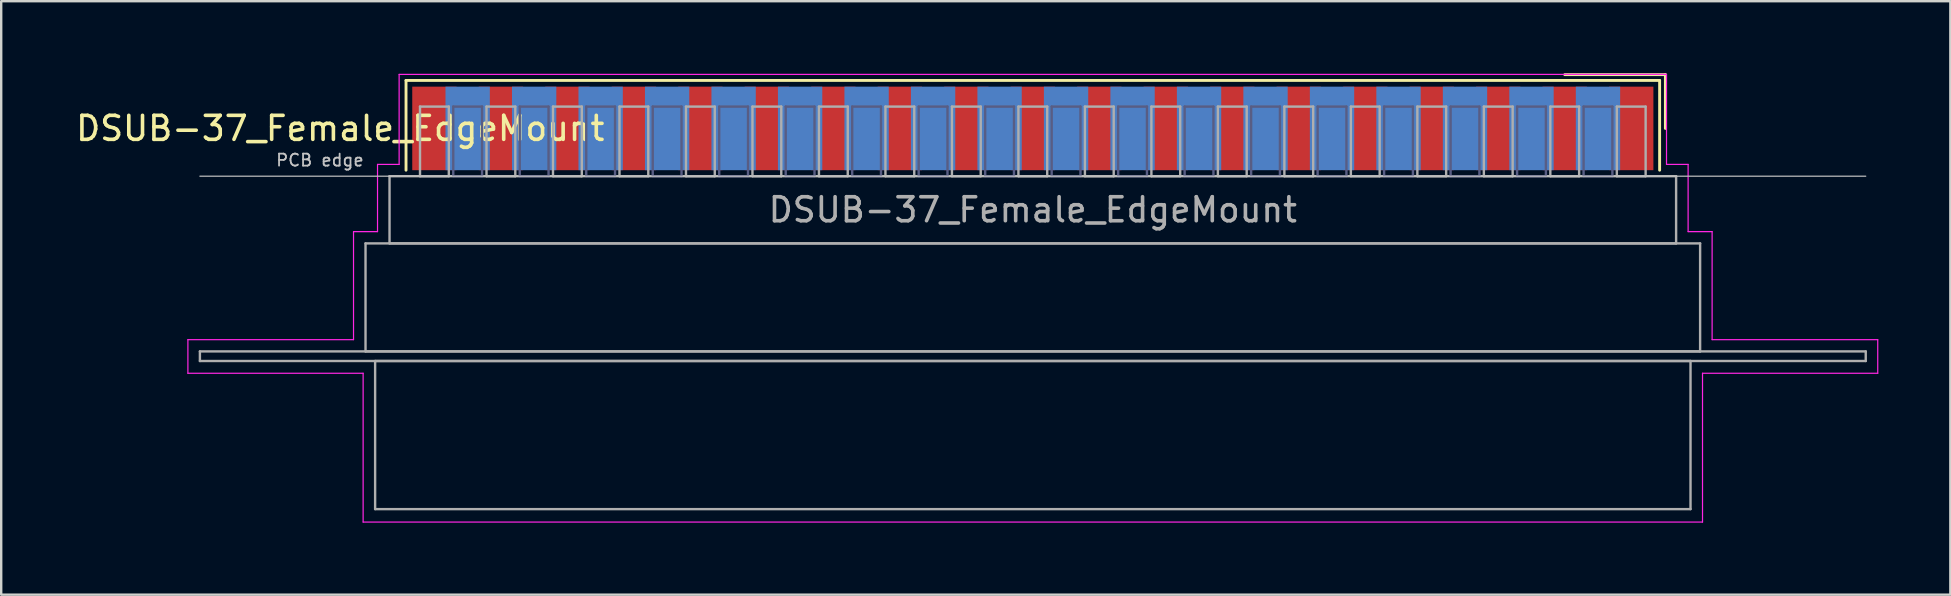
<source format=kicad_pcb>
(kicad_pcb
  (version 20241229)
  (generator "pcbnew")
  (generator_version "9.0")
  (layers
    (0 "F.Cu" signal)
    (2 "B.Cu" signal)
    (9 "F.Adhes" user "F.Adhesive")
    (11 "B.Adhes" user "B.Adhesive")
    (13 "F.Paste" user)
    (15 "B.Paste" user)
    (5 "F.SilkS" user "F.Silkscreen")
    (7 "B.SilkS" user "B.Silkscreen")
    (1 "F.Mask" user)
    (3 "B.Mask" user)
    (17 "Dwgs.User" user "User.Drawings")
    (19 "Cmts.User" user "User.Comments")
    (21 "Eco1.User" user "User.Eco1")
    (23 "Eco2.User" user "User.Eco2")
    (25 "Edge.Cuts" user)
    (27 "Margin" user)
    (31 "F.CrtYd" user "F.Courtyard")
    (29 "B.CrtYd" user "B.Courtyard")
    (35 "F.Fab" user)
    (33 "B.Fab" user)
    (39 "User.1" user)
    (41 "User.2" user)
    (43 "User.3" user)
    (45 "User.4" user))
  (footprint "DSUB-37_Female_EdgeMount"
    (layer "F.Cu")
    (at 39.978 2.3)
    (property "Reference" "DSUB-37_Female_EdgeMount" (at -28.853 0 0) (layer "F.SilkS") (effects (font (size 1 1) (thickness 0.15))))
    (attr smd)
    (fp_line (start -26.113 -2) (end -26.113 1.74) (stroke (width 0.12) (type solid)) (layer "F.SilkS"))
    (fp_line (start 26.113 -2) (end -26.113 -2) (stroke (width 0.12) (type solid)) (layer "F.SilkS"))
    (fp_line (start 26.113 1.74) (end 26.113 -2) (stroke (width 0.12) (type solid)) (layer "F.SilkS"))
    (fp_line (start 26.353 -2.24) (end 22.16 -2.24) (stroke (width 0.12) (type solid)) (layer "F.SilkS"))
    (fp_line (start 26.353 0) (end 26.353 -2.24) (stroke (width 0.12) (type solid)) (layer "F.SilkS"))
    (fp_line (start -34.7 1.99) (end 34.7 1.99) (stroke (width 0.05) (type solid)) (layer "Dwgs.User"))
    (fp_line (start -35.2 8.8) (end -28.3 8.8) (stroke (width 0.05) (type solid)) (layer "F.CrtYd"))
    (fp_line (start -35.2 10.2) (end -35.2 8.8) (stroke (width 0.05) (type solid)) (layer "F.CrtYd"))
    (fp_line (start -28.3 4.3) (end -27.3 4.3) (stroke (width 0.05) (type solid)) (layer "F.CrtYd"))
    (fp_line (start -28.3 8.8) (end -28.3 4.3) (stroke (width 0.05) (type solid)) (layer "F.CrtYd"))
    (fp_line (start -27.9 10.2) (end -35.2 10.2) (stroke (width 0.05) (type solid)) (layer "F.CrtYd"))
    (fp_line (start -27.9 16.4) (end -27.9 10.2) (stroke (width 0.05) (type solid)) (layer "F.CrtYd"))
    (fp_line (start -27.3 1.5) (end -26.4 1.5) (stroke (width 0.05) (type solid)) (layer "F.CrtYd"))
    (fp_line (start -27.3 4.3) (end -27.3 1.5) (stroke (width 0.05) (type solid)) (layer "F.CrtYd"))
    (fp_line (start -26.4 -2.25) (end 26.4 -2.25) (stroke (width 0.05) (type solid)) (layer "F.CrtYd"))
    (fp_line (start -26.4 1.5) (end -26.4 -2.25) (stroke (width 0.05) (type solid)) (layer "F.CrtYd"))
    (fp_line (start 26.4 -2.25) (end 26.4 1.5) (stroke (width 0.05) (type solid)) (layer "F.CrtYd"))
    (fp_line (start 26.4 1.5) (end 27.3 1.5) (stroke (width 0.05) (type solid)) (layer "F.CrtYd"))
    (fp_line (start 27.3 1.5) (end 27.3 4.3) (stroke (width 0.05) (type solid)) (layer "F.CrtYd"))
    (fp_line (start 27.3 4.3) (end 28.3 4.3) (stroke (width 0.05) (type solid)) (layer "F.CrtYd"))
    (fp_line (start 27.9 10.2) (end 27.9 16.4) (stroke (width 0.05) (type solid)) (layer "F.CrtYd"))
    (fp_line (start 27.9 16.4) (end -27.9 16.4) (stroke (width 0.05) (type solid)) (layer "F.CrtYd"))
    (fp_line (start 28.3 4.3) (end 28.3 8.8) (stroke (width 0.05) (type solid)) (layer "F.CrtYd"))
    (fp_line (start 28.3 8.8) (end 35.2 8.8) (stroke (width 0.05) (type solid)) (layer "F.CrtYd"))
    (fp_line (start 35.2 8.8) (end 35.2 10.2) (stroke (width 0.05) (type solid)) (layer "F.CrtYd"))
    (fp_line (start 35.2 10.2) (end 27.9 10.2) (stroke (width 0.05) (type solid)) (layer "F.CrtYd"))
    (fp_line (start -24.145 -0.91) (end -24.145 1.99) (stroke (width 0.1) (type solid)) (layer "B.Fab"))
    (fp_line (start -24.145 1.99) (end -22.945 1.99) (stroke (width 0.1) (type solid)) (layer "B.Fab"))
    (fp_line (start -22.945 -0.91) (end -24.145 -0.91) (stroke (width 0.1) (type solid)) (layer "B.Fab"))
    (fp_line (start -22.945 1.99) (end -22.945 -0.91) (stroke (width 0.1) (type solid)) (layer "B.Fab"))
    (fp_line (start -21.375 -0.91) (end -21.375 1.99) (stroke (width 0.1) (type solid)) (layer "B.Fab"))
    (fp_line (start -21.375 1.99) (end -20.175 1.99) (stroke (width 0.1) (type solid)) (layer "B.Fab"))
    (fp_line (start -20.175 -0.91) (end -21.375 -0.91) (stroke (width 0.1) (type solid)) (layer "B.Fab"))
    (fp_line (start -20.175 1.99) (end -20.175 -0.91) (stroke (width 0.1) (type solid)) (layer "B.Fab"))
    (fp_line (start -18.605 -0.91) (end -18.605 1.99) (stroke (width 0.1) (type solid)) (layer "B.Fab"))
    (fp_line (start -18.605 1.99) (end -17.405 1.99) (stroke (width 0.1) (type solid)) (layer "B.Fab"))
    (fp_line (start -17.405 -0.91) (end -18.605 -0.91) (stroke (width 0.1) (type solid)) (layer "B.Fab"))
    (fp_line (start -17.405 1.99) (end -17.405 -0.91) (stroke (width 0.1) (type solid)) (layer "B.Fab"))
    (fp_line (start -15.835 -0.91) (end -15.835 1.99) (stroke (width 0.1) (type solid)) (layer "B.Fab"))
    (fp_line (start -15.835 1.99) (end -14.635 1.99) (stroke (width 0.1) (type solid)) (layer "B.Fab"))
    (fp_line (start -14.635 -0.91) (end -15.835 -0.91) (stroke (width 0.1) (type solid)) (layer "B.Fab"))
    (fp_line (start -14.635 1.99) (end -14.635 -0.91) (stroke (width 0.1) (type solid)) (layer "B.Fab"))
    (fp_line (start -13.065 -0.91) (end -13.065 1.99) (stroke (width 0.1) (type solid)) (layer "B.Fab"))
    (fp_line (start -13.065 1.99) (end -11.865 1.99) (stroke (width 0.1) (type solid)) (layer "B.Fab"))
    (fp_line (start -11.865 -0.91) (end -13.065 -0.91) (stroke (width 0.1) (type solid)) (layer "B.Fab"))
    (fp_line (start -11.865 1.99) (end -11.865 -0.91) (stroke (width 0.1) (type solid)) (layer "B.Fab"))
    (fp_line (start -10.295 -0.91) (end -10.295 1.99) (stroke (width 0.1) (type solid)) (layer "B.Fab"))
    (fp_line (start -10.295 1.99) (end -9.095 1.99) (stroke (width 0.1) (type solid)) (layer "B.Fab"))
    (fp_line (start -9.095 -0.91) (end -10.295 -0.91) (stroke (width 0.1) (type solid)) (layer "B.Fab"))
    (fp_line (start -9.095 1.99) (end -9.095 -0.91) (stroke (width 0.1) (type solid)) (layer "B.Fab"))
    (fp_line (start -7.525 -0.91) (end -7.525 1.99) (stroke (width 0.1) (type solid)) (layer "B.Fab"))
    (fp_line (start -7.525 1.99) (end -6.325 1.99) (stroke (width 0.1) (type solid)) (layer "B.Fab"))
    (fp_line (start -6.325 -0.91) (end -7.525 -0.91) (stroke (width 0.1) (type solid)) (layer "B.Fab"))
    (fp_line (start -6.325 1.99) (end -6.325 -0.91) (stroke (width 0.1) (type solid)) (layer "B.Fab"))
    (fp_line (start -4.755 -0.91) (end -4.755 1.99) (stroke (width 0.1) (type solid)) (layer "B.Fab"))
    (fp_line (start -4.755 1.99) (end -3.555 1.99) (stroke (width 0.1) (type solid)) (layer "B.Fab"))
    (fp_line (start -3.555 -0.91) (end -4.755 -0.91) (stroke (width 0.1) (type solid)) (layer "B.Fab"))
    (fp_line (start -3.555 1.99) (end -3.555 -0.91) (stroke (width 0.1) (type solid)) (layer "B.Fab"))
    (fp_line (start -1.985 -0.91) (end -1.985 1.99) (stroke (width 0.1) (type solid)) (layer "B.Fab"))
    (fp_line (start -1.985 1.99) (end -0.785 1.99) (stroke (width 0.1) (type solid)) (layer "B.Fab"))
    (fp_line (start -0.785 -0.91) (end -1.985 -0.91) (stroke (width 0.1) (type solid)) (layer "B.Fab"))
    (fp_line (start -0.785 1.99) (end -0.785 -0.91) (stroke (width 0.1) (type solid)) (layer "B.Fab"))
    (fp_line (start 0.785 -0.91) (end 0.785 1.99) (stroke (width 0.1) (type solid)) (layer "B.Fab"))
    (fp_line (start 0.785 1.99) (end 1.985 1.99) (stroke (width 0.1) (type solid)) (layer "B.Fab"))
    (fp_line (start 1.985 -0.91) (end 0.785 -0.91) (stroke (width 0.1) (type solid)) (layer "B.Fab"))
    (fp_line (start 1.985 1.99) (end 1.985 -0.91) (stroke (width 0.1) (type solid)) (layer "B.Fab"))
    (fp_line (start 3.555 -0.91) (end 3.555 1.99) (stroke (width 0.1) (type solid)) (layer "B.Fab"))
    (fp_line (start 3.555 1.99) (end 4.755 1.99) (stroke (width 0.1) (type solid)) (layer "B.Fab"))
    (fp_line (start 4.755 -0.91) (end 3.555 -0.91) (stroke (width 0.1) (type solid)) (layer "B.Fab"))
    (fp_line (start 4.755 1.99) (end 4.755 -0.91) (stroke (width 0.1) (type solid)) (layer "B.Fab"))
    (fp_line (start 6.325 -0.91) (end 6.325 1.99) (stroke (width 0.1) (type solid)) (layer "B.Fab"))
    (fp_line (start 6.325 1.99) (end 7.525 1.99) (stroke (width 0.1) (type solid)) (layer "B.Fab"))
    (fp_line (start 7.525 -0.91) (end 6.325 -0.91) (stroke (width 0.1) (type solid)) (layer "B.Fab"))
    (fp_line (start 7.525 1.99) (end 7.525 -0.91) (stroke (width 0.1) (type solid)) (layer "B.Fab"))
    (fp_line (start 9.095 -0.91) (end 9.095 1.99) (stroke (width 0.1) (type solid)) (layer "B.Fab"))
    (fp_line (start 9.095 1.99) (end 10.295 1.99) (stroke (width 0.1) (type solid)) (layer "B.Fab"))
    (fp_line (start 10.295 -0.91) (end 9.095 -0.91) (stroke (width 0.1) (type solid)) (layer "B.Fab"))
    (fp_line (start 10.295 1.99) (end 10.295 -0.91) (stroke (width 0.1) (type solid)) (layer "B.Fab"))
    (fp_line (start 11.865 -0.91) (end 11.865 1.99) (stroke (width 0.1) (type solid)) (layer "B.Fab"))
    (fp_line (start 11.865 1.99) (end 13.065 1.99) (stroke (width 0.1) (type solid)) (layer "B.Fab"))
    (fp_line (start 13.065 -0.91) (end 11.865 -0.91) (stroke (width 0.1) (type solid)) (layer "B.Fab"))
    (fp_line (start 13.065 1.99) (end 13.065 -0.91) (stroke (width 0.1) (type solid)) (layer "B.Fab"))
    (fp_line (start 14.635 -0.91) (end 14.635 1.99) (stroke (width 0.1) (type solid)) (layer "B.Fab"))
    (fp_line (start 14.635 1.99) (end 15.835 1.99) (stroke (width 0.1) (type solid)) (layer "B.Fab"))
    (fp_line (start 15.835 -0.91) (end 14.635 -0.91) (stroke (width 0.1) (type solid)) (layer "B.Fab"))
    (fp_line (start 15.835 1.99) (end 15.835 -0.91) (stroke (width 0.1) (type solid)) (layer "B.Fab"))
    (fp_line (start 17.405 -0.91) (end 17.405 1.99) (stroke (width 0.1) (type solid)) (layer "B.Fab"))
    (fp_line (start 17.405 1.99) (end 18.605 1.99) (stroke (width 0.1) (type solid)) (layer "B.Fab"))
    (fp_line (start 18.605 -0.91) (end 17.405 -0.91) (stroke (width 0.1) (type solid)) (layer "B.Fab"))
    (fp_line (start 18.605 1.99) (end 18.605 -0.91) (stroke (width 0.1) (type solid)) (layer "B.Fab"))
    (fp_line (start 20.175 -0.91) (end 20.175 1.99) (stroke (width 0.1) (type solid)) (layer "B.Fab"))
    (fp_line (start 20.175 1.99) (end 21.375 1.99) (stroke (width 0.1) (type solid)) (layer "B.Fab"))
    (fp_line (start 21.375 -0.91) (end 20.175 -0.91) (stroke (width 0.1) (type solid)) (layer "B.Fab"))
    (fp_line (start 21.375 1.99) (end 21.375 -0.91) (stroke (width 0.1) (type solid)) (layer "B.Fab"))
    (fp_line (start 22.945 -0.91) (end 22.945 1.99) (stroke (width 0.1) (type solid)) (layer "B.Fab"))
    (fp_line (start 22.945 1.99) (end 24.145 1.99) (stroke (width 0.1) (type solid)) (layer "B.Fab"))
    (fp_line (start 24.145 -0.91) (end 22.945 -0.91) (stroke (width 0.1) (type solid)) (layer "B.Fab"))
    (fp_line (start 24.145 1.99) (end 24.145 -0.91) (stroke (width 0.1) (type solid)) (layer "B.Fab"))
    (fp_line (start -34.7 9.29) (end -34.7 9.69) (stroke (width 0.1) (type solid)) (layer "F.Fab"))
    (fp_line (start -34.7 9.69) (end 34.7 9.69) (stroke (width 0.1) (type solid)) (layer "F.Fab"))
    (fp_line (start -27.8 4.79) (end -27.8 9.29) (stroke (width 0.1) (type solid)) (layer "F.Fab"))
    (fp_line (start -27.8 9.29) (end 27.8 9.29) (stroke (width 0.1) (type solid)) (layer "F.Fab"))
    (fp_line (start -27.4 9.69) (end -27.4 15.86) (stroke (width 0.1) (type solid)) (layer "F.Fab"))
    (fp_line (start -27.4 15.86) (end 27.4 15.86) (stroke (width 0.1) (type solid)) (layer "F.Fab"))
    (fp_line (start -26.8 1.99) (end -26.8 4.79) (stroke (width 0.1) (type solid)) (layer "F.Fab"))
    (fp_line (start -26.8 4.79) (end 26.8 4.79) (stroke (width 0.1) (type solid)) (layer "F.Fab"))
    (fp_line (start -25.53 -0.91) (end -25.53 1.99) (stroke (width 0.1) (type solid)) (layer "F.Fab"))
    (fp_line (start -25.53 1.99) (end -24.33 1.99) (stroke (width 0.1) (type solid)) (layer "F.Fab"))
    (fp_line (start -24.33 -0.91) (end -25.53 -0.91) (stroke (width 0.1) (type solid)) (layer "F.Fab"))
    (fp_line (start -24.33 1.99) (end -24.33 -0.91) (stroke (width 0.1) (type solid)) (layer "F.Fab"))
    (fp_line (start -22.76 -0.91) (end -22.76 1.99) (stroke (width 0.1) (type solid)) (layer "F.Fab"))
    (fp_line (start -22.76 1.99) (end -21.56 1.99) (stroke (width 0.1) (type solid)) (layer "F.Fab"))
    (fp_line (start -21.56 -0.91) (end -22.76 -0.91) (stroke (width 0.1) (type solid)) (layer "F.Fab"))
    (fp_line (start -21.56 1.99) (end -21.56 -0.91) (stroke (width 0.1) (type solid)) (layer "F.Fab"))
    (fp_line (start -19.99 -0.91) (end -19.99 1.99) (stroke (width 0.1) (type solid)) (layer "F.Fab"))
    (fp_line (start -19.99 1.99) (end -18.79 1.99) (stroke (width 0.1) (type solid)) (layer "F.Fab"))
    (fp_line (start -18.79 -0.91) (end -19.99 -0.91) (stroke (width 0.1) (type solid)) (layer "F.Fab"))
    (fp_line (start -18.79 1.99) (end -18.79 -0.91) (stroke (width 0.1) (type solid)) (layer "F.Fab"))
    (fp_line (start -17.22 -0.91) (end -17.22 1.99) (stroke (width 0.1) (type solid)) (layer "F.Fab"))
    (fp_line (start -17.22 1.99) (end -16.02 1.99) (stroke (width 0.1) (type solid)) (layer "F.Fab"))
    (fp_line (start -16.02 -0.91) (end -17.22 -0.91) (stroke (width 0.1) (type solid)) (layer "F.Fab"))
    (fp_line (start -16.02 1.99) (end -16.02 -0.91) (stroke (width 0.1) (type solid)) (layer "F.Fab"))
    (fp_line (start -14.45 -0.91) (end -14.45 1.99) (stroke (width 0.1) (type solid)) (layer "F.Fab"))
    (fp_line (start -14.45 1.99) (end -13.25 1.99) (stroke (width 0.1) (type solid)) (layer "F.Fab"))
    (fp_line (start -13.25 -0.91) (end -14.45 -0.91) (stroke (width 0.1) (type solid)) (layer "F.Fab"))
    (fp_line (start -13.25 1.99) (end -13.25 -0.91) (stroke (width 0.1) (type solid)) (layer "F.Fab"))
    (fp_line (start -11.68 -0.91) (end -11.68 1.99) (stroke (width 0.1) (type solid)) (layer "F.Fab"))
    (fp_line (start -11.68 1.99) (end -10.48 1.99) (stroke (width 0.1) (type solid)) (layer "F.Fab"))
    (fp_line (start -10.48 -0.91) (end -11.68 -0.91) (stroke (width 0.1) (type solid)) (layer "F.Fab"))
    (fp_line (start -10.48 1.99) (end -10.48 -0.91) (stroke (width 0.1) (type solid)) (layer "F.Fab"))
    (fp_line (start -8.91 -0.91) (end -8.91 1.99) (stroke (width 0.1) (type solid)) (layer "F.Fab"))
    (fp_line (start -8.91 1.99) (end -7.71 1.99) (stroke (width 0.1) (type solid)) (layer "F.Fab"))
    (fp_line (start -7.71 -0.91) (end -8.91 -0.91) (stroke (width 0.1) (type solid)) (layer "F.Fab"))
    (fp_line (start -7.71 1.99) (end -7.71 -0.91) (stroke (width 0.1) (type solid)) (layer "F.Fab"))
    (fp_line (start -6.14 -0.91) (end -6.14 1.99) (stroke (width 0.1) (type solid)) (layer "F.Fab"))
    (fp_line (start -6.14 1.99) (end -4.94 1.99) (stroke (width 0.1) (type solid)) (layer "F.Fab"))
    (fp_line (start -4.94 -0.91) (end -6.14 -0.91) (stroke (width 0.1) (type solid)) (layer "F.Fab"))
    (fp_line (start -4.94 1.99) (end -4.94 -0.91) (stroke (width 0.1) (type solid)) (layer "F.Fab"))
    (fp_line (start -3.37 -0.91) (end -3.37 1.99) (stroke (width 0.1) (type solid)) (layer "F.Fab"))
    (fp_line (start -3.37 1.99) (end -2.17 1.99) (stroke (width 0.1) (type solid)) (layer "F.Fab"))
    (fp_line (start -2.17 -0.91) (end -3.37 -0.91) (stroke (width 0.1) (type solid)) (layer "F.Fab"))
    (fp_line (start -2.17 1.99) (end -2.17 -0.91) (stroke (width 0.1) (type solid)) (layer "F.Fab"))
    (fp_line (start -0.6 -0.91) (end -0.6 1.99) (stroke (width 0.1) (type solid)) (layer "F.Fab"))
    (fp_line (start -0.6 1.99) (end 0.6 1.99) (stroke (width 0.1) (type solid)) (layer "F.Fab"))
    (fp_line (start 0.6 -0.91) (end -0.6 -0.91) (stroke (width 0.1) (type solid)) (layer "F.Fab"))
    (fp_line (start 0.6 1.99) (end 0.6 -0.91) (stroke (width 0.1) (type solid)) (layer "F.Fab"))
    (fp_line (start 2.17 -0.91) (end 2.17 1.99) (stroke (width 0.1) (type solid)) (layer "F.Fab"))
    (fp_line (start 2.17 1.99) (end 3.37 1.99) (stroke (width 0.1) (type solid)) (layer "F.Fab"))
    (fp_line (start 3.37 -0.91) (end 2.17 -0.91) (stroke (width 0.1) (type solid)) (layer "F.Fab"))
    (fp_line (start 3.37 1.99) (end 3.37 -0.91) (stroke (width 0.1) (type solid)) (layer "F.Fab"))
    (fp_line (start 4.94 -0.91) (end 4.94 1.99) (stroke (width 0.1) (type solid)) (layer "F.Fab"))
    (fp_line (start 4.94 1.99) (end 6.14 1.99) (stroke (width 0.1) (type solid)) (layer "F.Fab"))
    (fp_line (start 6.14 -0.91) (end 4.94 -0.91) (stroke (width 0.1) (type solid)) (layer "F.Fab"))
    (fp_line (start 6.14 1.99) (end 6.14 -0.91) (stroke (width 0.1) (type solid)) (layer "F.Fab"))
    (fp_line (start 7.71 -0.91) (end 7.71 1.99) (stroke (width 0.1) (type solid)) (layer "F.Fab"))
    (fp_line (start 7.71 1.99) (end 8.91 1.99) (stroke (width 0.1) (type solid)) (layer "F.Fab"))
    (fp_line (start 8.91 -0.91) (end 7.71 -0.91) (stroke (width 0.1) (type solid)) (layer "F.Fab"))
    (fp_line (start 8.91 1.99) (end 8.91 -0.91) (stroke (width 0.1) (type solid)) (layer "F.Fab"))
    (fp_line (start 10.48 -0.91) (end 10.48 1.99) (stroke (width 0.1) (type solid)) (layer "F.Fab"))
    (fp_line (start 10.48 1.99) (end 11.68 1.99) (stroke (width 0.1) (type solid)) (layer "F.Fab"))
    (fp_line (start 11.68 -0.91) (end 10.48 -0.91) (stroke (width 0.1) (type solid)) (layer "F.Fab"))
    (fp_line (start 11.68 1.99) (end 11.68 -0.91) (stroke (width 0.1) (type solid)) (layer "F.Fab"))
    (fp_line (start 13.25 -0.91) (end 13.25 1.99) (stroke (width 0.1) (type solid)) (layer "F.Fab"))
    (fp_line (start 13.25 1.99) (end 14.45 1.99) (stroke (width 0.1) (type solid)) (layer "F.Fab"))
    (fp_line (start 14.45 -0.91) (end 13.25 -0.91) (stroke (width 0.1) (type solid)) (layer "F.Fab"))
    (fp_line (start 14.45 1.99) (end 14.45 -0.91) (stroke (width 0.1) (type solid)) (layer "F.Fab"))
    (fp_line (start 16.02 -0.91) (end 16.02 1.99) (stroke (width 0.1) (type solid)) (layer "F.Fab"))
    (fp_line (start 16.02 1.99) (end 17.22 1.99) (stroke (width 0.1) (type solid)) (layer "F.Fab"))
    (fp_line (start 17.22 -0.91) (end 16.02 -0.91) (stroke (width 0.1) (type solid)) (layer "F.Fab"))
    (fp_line (start 17.22 1.99) (end 17.22 -0.91) (stroke (width 0.1) (type solid)) (layer "F.Fab"))
    (fp_line (start 18.79 -0.91) (end 18.79 1.99) (stroke (width 0.1) (type solid)) (layer "F.Fab"))
    (fp_line (start 18.79 1.99) (end 19.99 1.99) (stroke (width 0.1) (type solid)) (layer "F.Fab"))
    (fp_line (start 19.99 -0.91) (end 18.79 -0.91) (stroke (width 0.1) (type solid)) (layer "F.Fab"))
    (fp_line (start 19.99 1.99) (end 19.99 -0.91) (stroke (width 0.1) (type solid)) (layer "F.Fab"))
    (fp_line (start 21.56 -0.91) (end 21.56 1.99) (stroke (width 0.1) (type solid)) (layer "F.Fab"))
    (fp_line (start 21.56 1.99) (end 22.76 1.99) (stroke (width 0.1) (type solid)) (layer "F.Fab"))
    (fp_line (start 22.76 -0.91) (end 21.56 -0.91) (stroke (width 0.1) (type solid)) (layer "F.Fab"))
    (fp_line (start 22.76 1.99) (end 22.76 -0.91) (stroke (width 0.1) (type solid)) (layer "F.Fab"))
    (fp_line (start 24.33 -0.91) (end 24.33 1.99) (stroke (width 0.1) (type solid)) (layer "F.Fab"))
    (fp_line (start 24.33 1.99) (end 25.53 1.99) (stroke (width 0.1) (type solid)) (layer "F.Fab"))
    (fp_line (start 25.53 -0.91) (end 24.33 -0.91) (stroke (width 0.1) (type solid)) (layer "F.Fab"))
    (fp_line (start 25.53 1.99) (end 25.53 -0.91) (stroke (width 0.1) (type solid)) (layer "F.Fab"))
    (fp_line (start 26.8 1.99) (end -26.8 1.99) (stroke (width 0.1) (type solid)) (layer "F.Fab"))
    (fp_line (start 26.8 4.79) (end 26.8 1.99) (stroke (width 0.1) (type solid)) (layer "F.Fab"))
    (fp_line (start 27.4 9.69) (end -27.4 9.69) (stroke (width 0.1) (type solid)) (layer "F.Fab"))
    (fp_line (start 27.4 15.86) (end 27.4 9.69) (stroke (width 0.1) (type solid)) (layer "F.Fab"))
    (fp_line (start 27.8 4.79) (end -27.8 4.79) (stroke (width 0.1) (type solid)) (layer "F.Fab"))
    (fp_line (start 27.8 9.29) (end 27.8 4.79) (stroke (width 0.1) (type solid)) (layer "F.Fab"))
    (fp_line (start 34.7 9.29) (end -34.7 9.29) (stroke (width 0.1) (type solid)) (layer "F.Fab"))
    (fp_line (start 34.7 9.69) (end 34.7 9.29) (stroke (width 0.1) (type solid)) (layer "F.Fab"))
    (fp_text user "PCB edge" (at -29.7 1.323 0) (layer "Dwgs.User") (effects (font (size 0.5 0.5) (thickness 0.075))))
    (fp_text user "${REFERENCE}" (at 0 3.39 0) (layer "F.Fab") (effects (font (size 1 1) (thickness 0.15))))
    (pad "1" smd rect (at 24.93 0) (size 1.847 3.48) (layers "F.Cu" "F.Mask" "F.Paste"))
    (pad "2" smd rect (at 22.16 0) (size 1.847 3.48) (layers "F.Cu" "F.Mask" "F.Paste"))
    (pad "3" smd rect (at 19.39 0) (size 1.847 3.48) (layers "F.Cu" "F.Mask" "F.Paste"))
    (pad "4" smd rect (at 16.62 0) (size 1.847 3.48) (layers "F.Cu" "F.Mask" "F.Paste"))
    (pad "5" smd rect (at 13.85 0) (size 1.847 3.48) (layers "F.Cu" "F.Mask" "F.Paste"))
    (pad "6" smd rect (at 11.08 0) (size 1.847 3.48) (layers "F.Cu" "F.Mask" "F.Paste"))
    (pad "7" smd rect (at 8.31 0) (size 1.847 3.48) (layers "F.Cu" "F.Mask" "F.Paste"))
    (pad "8" smd rect (at 5.54 0) (size 1.847 3.48) (layers "F.Cu" "F.Mask" "F.Paste"))
    (pad "9" smd rect (at 2.77 0) (size 1.847 3.48) (layers "F.Cu" "F.Mask" "F.Paste"))
    (pad "10" smd rect (at 0 0) (size 1.847 3.48) (layers "F.Cu" "F.Mask" "F.Paste"))
    (pad "11" smd rect (at -2.77 0) (size 1.847 3.48) (layers "F.Cu" "F.Mask" "F.Paste"))
    (pad "12" smd rect (at -5.54 0) (size 1.847 3.48) (layers "F.Cu" "F.Mask" "F.Paste"))
    (pad "13" smd rect (at -8.31 0) (size 1.847 3.48) (layers "F.Cu" "F.Mask" "F.Paste"))
    (pad "14" smd rect (at -11.08 0) (size 1.847 3.48) (layers "F.Cu" "F.Mask" "F.Paste"))
    (pad "15" smd rect (at -13.85 0) (size 1.847 3.48) (layers "F.Cu" "F.Mask" "F.Paste"))
    (pad "16" smd rect (at -16.62 0) (size 1.847 3.48) (layers "F.Cu" "F.Mask" "F.Paste"))
    (pad "17" smd rect (at -19.39 0) (size 1.847 3.48) (layers "F.Cu" "F.Mask" "F.Paste"))
    (pad "18" smd rect (at -22.16 0) (size 1.847 3.48) (layers "F.Cu" "F.Mask" "F.Paste"))
    (pad "19" smd rect (at -24.93 0) (size 1.847 3.48) (layers "F.Cu" "F.Mask" "F.Paste"))
    (pad "20" smd rect (at 23.545 0) (size 1.847 3.48) (layers "B.Cu" "B.Mask" "B.Paste"))
    (pad "21" smd rect (at 20.775 0) (size 1.847 3.48) (layers "B.Cu" "B.Mask" "B.Paste"))
    (pad "22" smd rect (at 18.005 0) (size 1.847 3.48) (layers "B.Cu" "B.Mask" "B.Paste"))
    (pad "23" smd rect (at 15.235 0) (size 1.847 3.48) (layers "B.Cu" "B.Mask" "B.Paste"))
    (pad "24" smd rect (at 12.465 0) (size 1.847 3.48) (layers "B.Cu" "B.Mask" "B.Paste"))
    (pad "25" smd rect (at 9.695 0) (size 1.847 3.48) (layers "B.Cu" "B.Mask" "B.Paste"))
    (pad "26" smd rect (at 6.925 0) (size 1.847 3.48) (layers "B.Cu" "B.Mask" "B.Paste"))
    (pad "27" smd rect (at 4.155 0) (size 1.847 3.48) (layers "B.Cu" "B.Mask" "B.Paste"))
    (pad "28" smd rect (at 1.385 0) (size 1.847 3.48) (layers "B.Cu" "B.Mask" "B.Paste"))
    (pad "29" smd rect (at -1.385 0) (size 1.847 3.48) (layers "B.Cu" "B.Mask" "B.Paste"))
    (pad "30" smd rect (at -4.155 0) (size 1.847 3.48) (layers "B.Cu" "B.Mask" "B.Paste"))
    (pad "31" smd rect (at -6.925 0) (size 1.847 3.48) (layers "B.Cu" "B.Mask" "B.Paste"))
    (pad "32" smd rect (at -9.695 0) (size 1.847 3.48) (layers "B.Cu" "B.Mask" "B.Paste"))
    (pad "33" smd rect (at -12.465 0) (size 1.847 3.48) (layers "B.Cu" "B.Mask" "B.Paste"))
    (pad "34" smd rect (at -15.235 0) (size 1.847 3.48) (layers "B.Cu" "B.Mask" "B.Paste"))
    (pad "35" smd rect (at -18.005 0) (size 1.847 3.48) (layers "B.Cu" "B.Mask" "B.Paste"))
    (pad "36" smd rect (at -20.775 0) (size 1.847 3.48) (layers "B.Cu" "B.Mask" "B.Paste"))
    (pad "37" smd rect (at -23.545 0) (size 1.847 3.48) (layers "B.Cu" "B.Mask" "B.Paste")))
  (gr_rect
    (start -3 -3)
    (end 78.203 21.725)
    (stroke (width 0.1) (type default))
    (fill no)
    (layer "Edge.Cuts")))
</source>
